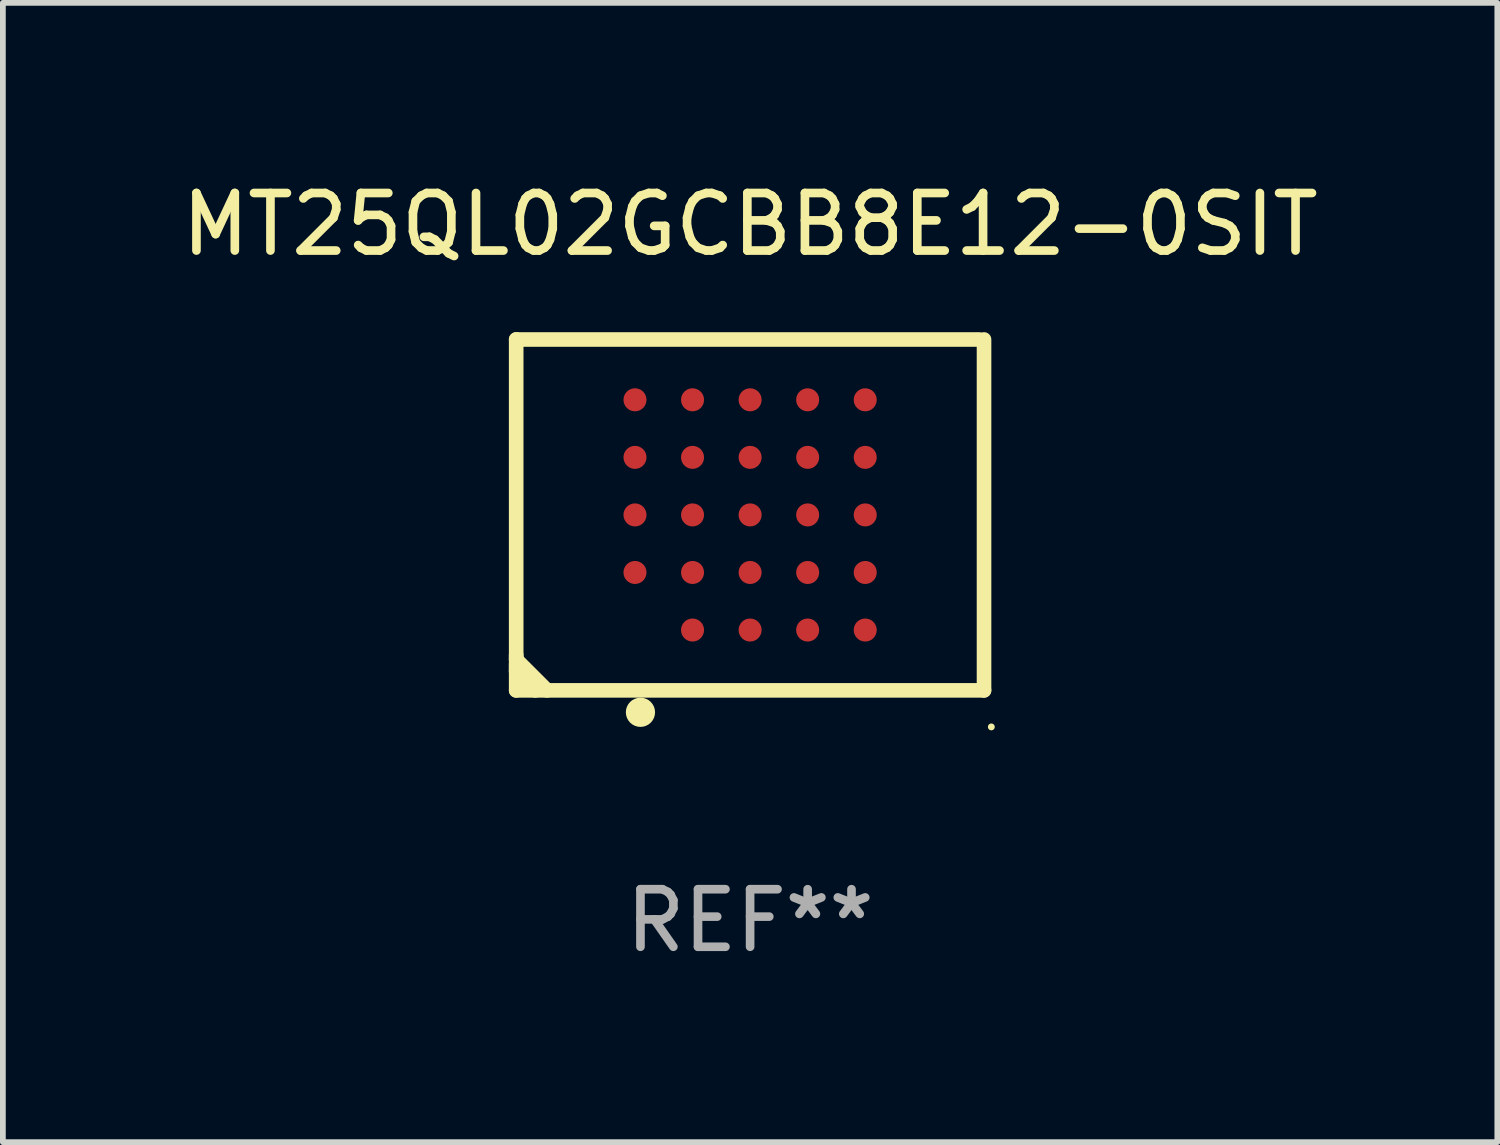
<source format=kicad_pcb>
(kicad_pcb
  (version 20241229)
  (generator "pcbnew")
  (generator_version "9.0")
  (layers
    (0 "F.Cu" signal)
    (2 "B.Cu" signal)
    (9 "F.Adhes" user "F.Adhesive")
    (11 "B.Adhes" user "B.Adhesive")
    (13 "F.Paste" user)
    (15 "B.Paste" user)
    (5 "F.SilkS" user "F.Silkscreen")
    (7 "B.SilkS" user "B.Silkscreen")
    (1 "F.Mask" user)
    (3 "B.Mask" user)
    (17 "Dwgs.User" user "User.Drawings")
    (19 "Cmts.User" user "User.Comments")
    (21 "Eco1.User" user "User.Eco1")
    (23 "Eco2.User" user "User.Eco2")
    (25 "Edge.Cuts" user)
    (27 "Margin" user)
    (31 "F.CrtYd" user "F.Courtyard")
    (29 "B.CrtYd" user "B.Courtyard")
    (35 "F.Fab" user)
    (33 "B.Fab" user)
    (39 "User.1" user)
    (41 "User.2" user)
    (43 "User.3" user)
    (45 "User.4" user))
  (footprint "MT25QL02GCBB8E12-0SIT"
    (layer "F.Cu")
    (at 9.982 5.896)
    (property "Reference" "MT25QL02GCBB8E12-0SIT" (at 0 -5.048 0) (layer "F.SilkS") (effects (font (size 1 1) (thickness 0.15))))
    (attr through_hole)
    (fp_line (start -4.064 -3.048) (end -4.064 3.048) (stroke (width 0.254) (type solid)) (layer "F.SilkS"))
    (fp_line (start -4.064 -3.048) (end 3.977 -3.048) (stroke (width 0.254) (type solid)) (layer "F.SilkS"))
    (fp_line (start -4.064 2.433) (end -4.064 2.512) (stroke (width 0.254) (type solid)) (layer "F.SilkS"))
    (fp_line (start -4.064 2.512) (end -3.528 3.048) (stroke (width 0.254) (type solid)) (layer "F.SilkS"))
    (fp_line (start -4.064 2.592) (end -4.064 2.718) (stroke (width 0.254) (type solid)) (layer "F.SilkS"))
    (fp_line (start -4.064 2.718) (end -3.734 3.048) (stroke (width 0.254) (type solid)) (layer "F.SilkS"))
    (fp_line (start -4.064 3.048) (end 4.064 3.048) (stroke (width 0.254) (type solid)) (layer "F.SilkS"))
    (fp_line (start 4.064 -3.048) (end 4.064 3.048) (stroke (width 0.254) (type solid)) (layer "F.SilkS"))
    (fp_circle (center -1.905 3.429) (end -1.778 3.429) (stroke (width 0.254) (type solid)) (fill no) (layer "F.SilkS"))
    (fp_circle (center 4.191 3.683) (end 4.221 3.683) (stroke (width 0.06) (type solid)) (fill no) (layer "F.SilkS"))
    (fp_text user "REF**" (at 0 7.048 0) (layer "F.Fab") (effects (font (size 1 1) (thickness 0.15))))
    (pad "A2" smd circle (at -2 1) (size 0.4 0.4) (layers "F.Cu" "F.Mask" "F.Paste"))
    (pad "A3" smd circle (at -2 0) (size 0.4 0.4) (layers "F.Cu" "F.Mask" "F.Paste"))
    (pad "A4" smd circle (at -2 -1) (size 0.4 0.4) (layers "F.Cu" "F.Mask" "F.Paste"))
    (pad "A5" smd circle (at -2 -2) (size 0.4 0.4) (layers "F.Cu" "F.Mask" "F.Paste"))
    (pad "B1" smd circle (at -1 2) (size 0.4 0.4) (layers "F.Cu" "F.Mask" "F.Paste"))
    (pad "B2" smd circle (at -1 1) (size 0.4 0.4) (layers "F.Cu" "F.Mask" "F.Paste"))
    (pad "B3" smd circle (at -1 0) (size 0.4 0.4) (layers "F.Cu" "F.Mask" "F.Paste"))
    (pad "B4" smd circle (at -1 -1) (size 0.4 0.4) (layers "F.Cu" "F.Mask" "F.Paste"))
    (pad "B5" smd circle (at -1 -2) (size 0.4 0.4) (layers "F.Cu" "F.Mask" "F.Paste"))
    (pad "C1" smd circle (at 0 2) (size 0.4 0.4) (layers "F.Cu" "F.Mask" "F.Paste"))
    (pad "C2" smd circle (at 0 1) (size 0.4 0.4) (layers "F.Cu" "F.Mask" "F.Paste"))
    (pad "C3" smd circle (at 0 0) (size 0.4 0.4) (layers "F.Cu" "F.Mask" "F.Paste"))
    (pad "C4" smd circle (at 0 -1) (size 0.4 0.4) (layers "F.Cu" "F.Mask" "F.Paste"))
    (pad "C5" smd circle (at 0 -2) (size 0.4 0.4) (layers "F.Cu" "F.Mask" "F.Paste"))
    (pad "D1" smd circle (at 1 2) (size 0.4 0.4) (layers "F.Cu" "F.Mask" "F.Paste"))
    (pad "D2" smd circle (at 1 1) (size 0.4 0.4) (layers "F.Cu" "F.Mask" "F.Paste"))
    (pad "D3" smd circle (at 1 0) (size 0.4 0.4) (layers "F.Cu" "F.Mask" "F.Paste"))
    (pad "D4" smd circle (at 1 -1) (size 0.4 0.4) (layers "F.Cu" "F.Mask" "F.Paste"))
    (pad "D5" smd circle (at 1 -2) (size 0.4 0.4) (layers "F.Cu" "F.Mask" "F.Paste"))
    (pad "E1" smd circle (at 2 2) (size 0.4 0.4) (layers "F.Cu" "F.Mask" "F.Paste"))
    (pad "E2" smd circle (at 2 1) (size 0.4 0.4) (layers "F.Cu" "F.Mask" "F.Paste"))
    (pad "E3" smd circle (at 2 0) (size 0.4 0.4) (layers "F.Cu" "F.Mask" "F.Paste"))
    (pad "E4" smd circle (at 2 -1) (size 0.4 0.4) (layers "F.Cu" "F.Mask" "F.Paste"))
    (pad "E5" smd circle (at 2 -2) (size 0.4 0.4) (layers "F.Cu" "F.Mask" "F.Paste")))
  (gr_rect
    (start -3 -3)
    (end 22.964 16.793)
    (stroke (width 0.1) (type default))
    (fill no)
    (layer "Edge.Cuts")))
</source>
